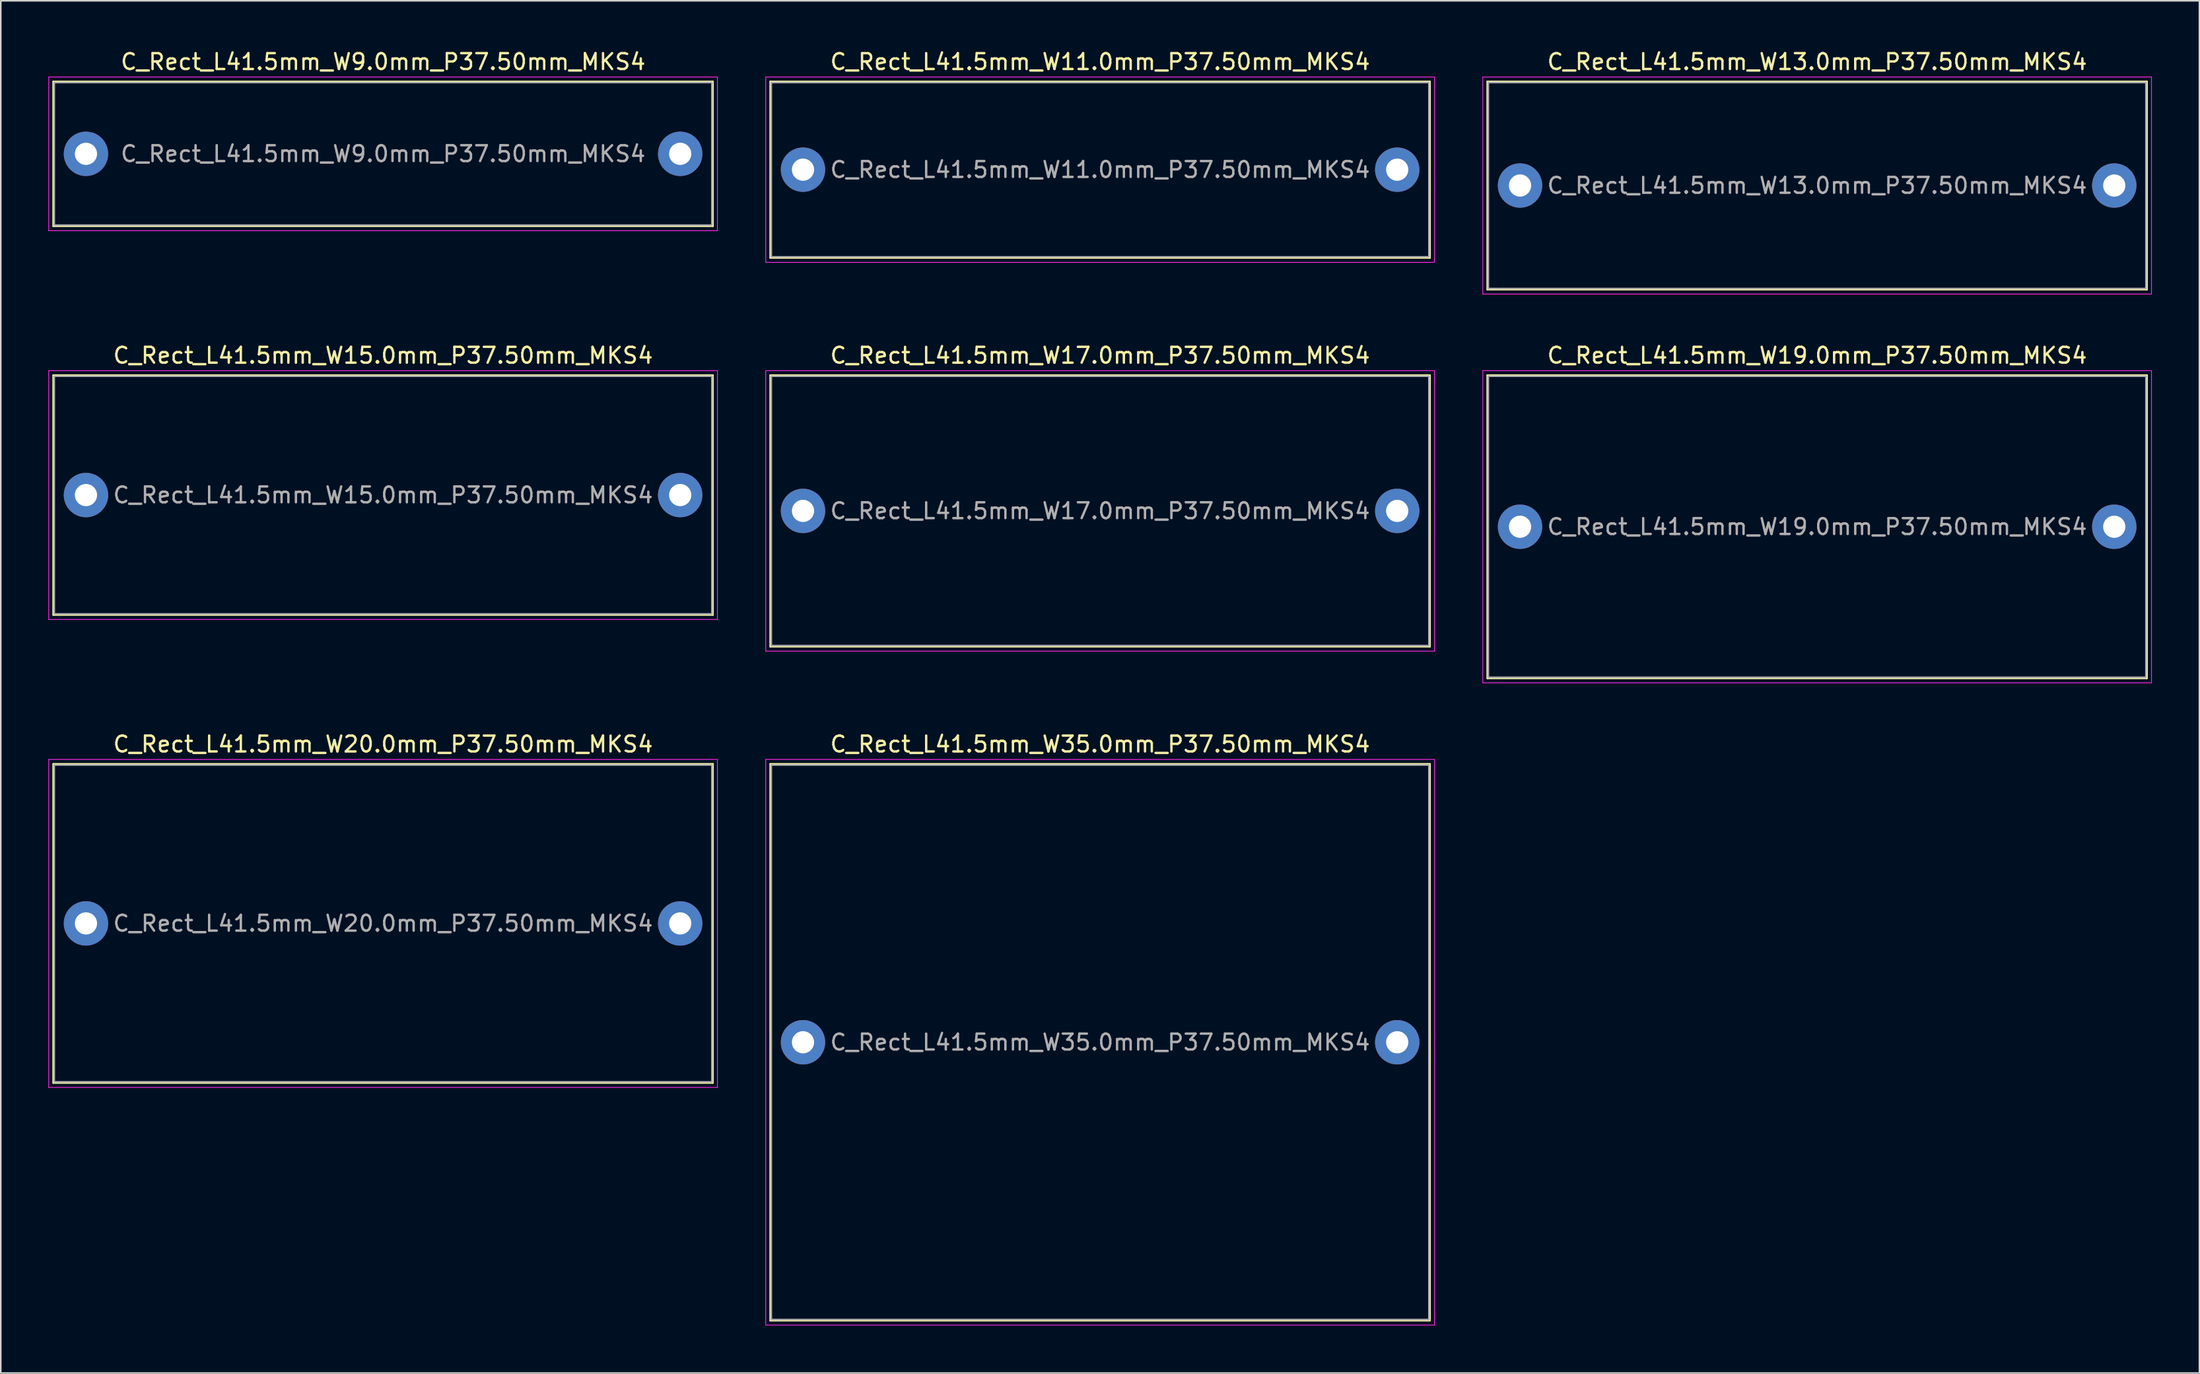
<source format=kicad_pcb>
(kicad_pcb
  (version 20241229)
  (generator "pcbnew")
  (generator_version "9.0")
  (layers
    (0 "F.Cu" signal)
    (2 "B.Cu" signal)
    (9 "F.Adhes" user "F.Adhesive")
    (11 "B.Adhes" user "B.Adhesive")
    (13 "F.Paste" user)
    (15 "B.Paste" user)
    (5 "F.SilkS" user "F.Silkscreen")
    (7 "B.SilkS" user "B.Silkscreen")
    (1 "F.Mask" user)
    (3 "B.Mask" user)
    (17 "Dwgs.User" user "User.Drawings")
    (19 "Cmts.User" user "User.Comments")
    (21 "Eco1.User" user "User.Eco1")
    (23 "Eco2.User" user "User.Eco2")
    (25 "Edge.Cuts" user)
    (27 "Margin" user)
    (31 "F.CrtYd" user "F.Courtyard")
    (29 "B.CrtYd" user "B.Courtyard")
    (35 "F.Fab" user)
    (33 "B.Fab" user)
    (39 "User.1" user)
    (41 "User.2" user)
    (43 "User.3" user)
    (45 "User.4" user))
  (footprint "C_Rect_L41.5mm_W17.0mm_P37.50mm_MKS4"
    (layer "F.Cu")
    (at 47.625 29.192)
    (property "Reference" "C_Rect_L41.5mm_W17.0mm_P37.50mm_MKS4" (at 18.75 -9.81 0) (layer "F.SilkS") (effects (font (size 1 1) (thickness 0.15))))
    (attr through_hole)
    (fp_line (start -2.06 -8.56) (end -2.06 8.56) (stroke (width 0.12) (type solid)) (layer "F.SilkS"))
    (fp_line (start -2.06 -8.56) (end 39.56 -8.56) (stroke (width 0.12) (type solid)) (layer "F.SilkS"))
    (fp_line (start -2.06 8.56) (end 39.56 8.56) (stroke (width 0.12) (type solid)) (layer "F.SilkS"))
    (fp_line (start 39.56 -8.56) (end 39.56 8.56) (stroke (width 0.12) (type solid)) (layer "F.SilkS"))
    (fp_line (start -2.35 -8.85) (end -2.35 8.85) (stroke (width 0.05) (type solid)) (layer "F.CrtYd"))
    (fp_line (start -2.35 8.85) (end 39.85 8.85) (stroke (width 0.05) (type solid)) (layer "F.CrtYd"))
    (fp_line (start 39.85 -8.85) (end -2.35 -8.85) (stroke (width 0.05) (type solid)) (layer "F.CrtYd"))
    (fp_line (start 39.85 8.85) (end 39.85 -8.85) (stroke (width 0.05) (type solid)) (layer "F.CrtYd"))
    (fp_line (start -2 -8.5) (end -2 8.5) (stroke (width 0.1) (type solid)) (layer "F.Fab"))
    (fp_line (start -2 8.5) (end 39.5 8.5) (stroke (width 0.1) (type solid)) (layer "F.Fab"))
    (fp_line (start 39.5 -8.5) (end -2 -8.5) (stroke (width 0.1) (type solid)) (layer "F.Fab"))
    (fp_line (start 39.5 8.5) (end 39.5 -8.5) (stroke (width 0.1) (type solid)) (layer "F.Fab"))
    (fp_text user "${REFERENCE}" (at 18.75 0 0) (layer "F.Fab") (effects (font (size 1 1) (thickness 0.15))))
    (pad "1" thru_hole circle (at 0 0) (size 2.8 2.8) (drill 1.4) (layers "*.Cu" "*.Mask"))
    (pad "2" thru_hole circle (at 37.5 0) (size 2.8 2.8) (drill 1.4) (layers "*.Cu" "*.Mask")))
  (footprint "C_Rect_L41.5mm_W35.0mm_P37.50mm_MKS4"
    (layer "F.Cu")
    (at 47.625 62.725)
    (property "Reference" "C_Rect_L41.5mm_W35.0mm_P37.50mm_MKS4" (at 18.75 -18.81 0) (layer "F.SilkS") (effects (font (size 1 1) (thickness 0.15))))
    (attr through_hole)
    (fp_line (start -2.06 -17.56) (end -2.06 17.56) (stroke (width 0.12) (type solid)) (layer "F.SilkS"))
    (fp_line (start -2.06 -17.56) (end 39.56 -17.56) (stroke (width 0.12) (type solid)) (layer "F.SilkS"))
    (fp_line (start -2.06 17.56) (end 39.56 17.56) (stroke (width 0.12) (type solid)) (layer "F.SilkS"))
    (fp_line (start 39.56 -17.56) (end 39.56 17.56) (stroke (width 0.12) (type solid)) (layer "F.SilkS"))
    (fp_line (start -2.35 -17.85) (end -2.35 17.85) (stroke (width 0.05) (type solid)) (layer "F.CrtYd"))
    (fp_line (start -2.35 17.85) (end 39.85 17.85) (stroke (width 0.05) (type solid)) (layer "F.CrtYd"))
    (fp_line (start 39.85 -17.85) (end -2.35 -17.85) (stroke (width 0.05) (type solid)) (layer "F.CrtYd"))
    (fp_line (start 39.85 17.85) (end 39.85 -17.85) (stroke (width 0.05) (type solid)) (layer "F.CrtYd"))
    (fp_line (start -2 -17.5) (end -2 17.5) (stroke (width 0.1) (type solid)) (layer "F.Fab"))
    (fp_line (start -2 17.5) (end 39.5 17.5) (stroke (width 0.1) (type solid)) (layer "F.Fab"))
    (fp_line (start 39.5 -17.5) (end -2 -17.5) (stroke (width 0.1) (type solid)) (layer "F.Fab"))
    (fp_line (start 39.5 17.5) (end 39.5 -17.5) (stroke (width 0.1) (type solid)) (layer "F.Fab"))
    (fp_text user "${REFERENCE}" (at 18.75 0 0) (layer "F.Fab") (effects (font (size 1 1) (thickness 0.15))))
    (pad "1" thru_hole circle (at 0 0) (size 2.8 2.8) (drill 1.4) (layers "*.Cu" "*.Mask"))
    (pad "2" thru_hole circle (at 37.5 0) (size 2.8 2.8) (drill 1.4) (layers "*.Cu" "*.Mask")))
  (footprint "C_Rect_L41.5mm_W20.0mm_P37.50mm_MKS4"
    (layer "F.Cu")
    (at 2.375 55.225)
    (property "Reference" "C_Rect_L41.5mm_W20.0mm_P37.50mm_MKS4" (at 18.75 -11.31 0) (layer "F.SilkS") (effects (font (size 1 1) (thickness 0.15))))
    (attr through_hole)
    (fp_line (start -2.06 -10.06) (end -2.06 10.06) (stroke (width 0.12) (type solid)) (layer "F.SilkS"))
    (fp_line (start -2.06 -10.06) (end 39.56 -10.06) (stroke (width 0.12) (type solid)) (layer "F.SilkS"))
    (fp_line (start -2.06 10.06) (end 39.56 10.06) (stroke (width 0.12) (type solid)) (layer "F.SilkS"))
    (fp_line (start 39.56 -10.06) (end 39.56 10.06) (stroke (width 0.12) (type solid)) (layer "F.SilkS"))
    (fp_line (start -2.35 -10.35) (end -2.35 10.35) (stroke (width 0.05) (type solid)) (layer "F.CrtYd"))
    (fp_line (start -2.35 10.35) (end 39.85 10.35) (stroke (width 0.05) (type solid)) (layer "F.CrtYd"))
    (fp_line (start 39.85 -10.35) (end -2.35 -10.35) (stroke (width 0.05) (type solid)) (layer "F.CrtYd"))
    (fp_line (start 39.85 10.35) (end 39.85 -10.35) (stroke (width 0.05) (type solid)) (layer "F.CrtYd"))
    (fp_line (start -2 -10) (end -2 10) (stroke (width 0.1) (type solid)) (layer "F.Fab"))
    (fp_line (start -2 10) (end 39.5 10) (stroke (width 0.1) (type solid)) (layer "F.Fab"))
    (fp_line (start 39.5 -10) (end -2 -10) (stroke (width 0.1) (type solid)) (layer "F.Fab"))
    (fp_line (start 39.5 10) (end 39.5 -10) (stroke (width 0.1) (type solid)) (layer "F.Fab"))
    (fp_text user "${REFERENCE}" (at 18.75 0 0) (layer "F.Fab") (effects (font (size 1 1) (thickness 0.15))))
    (pad "1" thru_hole circle (at 0 0) (size 2.8 2.8) (drill 1.4) (layers "*.Cu" "*.Mask"))
    (pad "2" thru_hole circle (at 37.5 0) (size 2.8 2.8) (drill 1.4) (layers "*.Cu" "*.Mask")))
  (footprint "C_Rect_L41.5mm_W13.0mm_P37.50mm_MKS4"
    (layer "F.Cu")
    (at 92.875 8.658)
    (property "Reference" "C_Rect_L41.5mm_W13.0mm_P37.50mm_MKS4" (at 18.75 -7.81 0) (layer "F.SilkS") (effects (font (size 1 1) (thickness 0.15))))
    (attr through_hole)
    (fp_line (start -2.06 -6.56) (end -2.06 6.56) (stroke (width 0.12) (type solid)) (layer "F.SilkS"))
    (fp_line (start -2.06 -6.56) (end 39.56 -6.56) (stroke (width 0.12) (type solid)) (layer "F.SilkS"))
    (fp_line (start -2.06 6.56) (end 39.56 6.56) (stroke (width 0.12) (type solid)) (layer "F.SilkS"))
    (fp_line (start 39.56 -6.56) (end 39.56 6.56) (stroke (width 0.12) (type solid)) (layer "F.SilkS"))
    (fp_line (start -2.35 -6.85) (end -2.35 6.85) (stroke (width 0.05) (type solid)) (layer "F.CrtYd"))
    (fp_line (start -2.35 6.85) (end 39.85 6.85) (stroke (width 0.05) (type solid)) (layer "F.CrtYd"))
    (fp_line (start 39.85 -6.85) (end -2.35 -6.85) (stroke (width 0.05) (type solid)) (layer "F.CrtYd"))
    (fp_line (start 39.85 6.85) (end 39.85 -6.85) (stroke (width 0.05) (type solid)) (layer "F.CrtYd"))
    (fp_line (start -2 -6.5) (end -2 6.5) (stroke (width 0.1) (type solid)) (layer "F.Fab"))
    (fp_line (start -2 6.5) (end 39.5 6.5) (stroke (width 0.1) (type solid)) (layer "F.Fab"))
    (fp_line (start 39.5 -6.5) (end -2 -6.5) (stroke (width 0.1) (type solid)) (layer "F.Fab"))
    (fp_line (start 39.5 6.5) (end 39.5 -6.5) (stroke (width 0.1) (type solid)) (layer "F.Fab"))
    (fp_text user "${REFERENCE}" (at 18.75 0 0) (layer "F.Fab") (effects (font (size 1 1) (thickness 0.15))))
    (pad "1" thru_hole circle (at 0 0) (size 2.8 2.8) (drill 1.4) (layers "*.Cu" "*.Mask"))
    (pad "2" thru_hole circle (at 37.5 0) (size 2.8 2.8) (drill 1.4) (layers "*.Cu" "*.Mask")))
  (footprint "C_Rect_L41.5mm_W15.0mm_P37.50mm_MKS4"
    (layer "F.Cu")
    (at 2.375 28.192)
    (property "Reference" "C_Rect_L41.5mm_W15.0mm_P37.50mm_MKS4" (at 18.75 -8.81 0) (layer "F.SilkS") (effects (font (size 1 1) (thickness 0.15))))
    (attr through_hole)
    (fp_line (start -2.06 -7.56) (end -2.06 7.56) (stroke (width 0.12) (type solid)) (layer "F.SilkS"))
    (fp_line (start -2.06 -7.56) (end 39.56 -7.56) (stroke (width 0.12) (type solid)) (layer "F.SilkS"))
    (fp_line (start -2.06 7.56) (end 39.56 7.56) (stroke (width 0.12) (type solid)) (layer "F.SilkS"))
    (fp_line (start 39.56 -7.56) (end 39.56 7.56) (stroke (width 0.12) (type solid)) (layer "F.SilkS"))
    (fp_line (start -2.35 -7.85) (end -2.35 7.85) (stroke (width 0.05) (type solid)) (layer "F.CrtYd"))
    (fp_line (start -2.35 7.85) (end 39.85 7.85) (stroke (width 0.05) (type solid)) (layer "F.CrtYd"))
    (fp_line (start 39.85 -7.85) (end -2.35 -7.85) (stroke (width 0.05) (type solid)) (layer "F.CrtYd"))
    (fp_line (start 39.85 7.85) (end 39.85 -7.85) (stroke (width 0.05) (type solid)) (layer "F.CrtYd"))
    (fp_line (start -2 -7.5) (end -2 7.5) (stroke (width 0.1) (type solid)) (layer "F.Fab"))
    (fp_line (start -2 7.5) (end 39.5 7.5) (stroke (width 0.1) (type solid)) (layer "F.Fab"))
    (fp_line (start 39.5 -7.5) (end -2 -7.5) (stroke (width 0.1) (type solid)) (layer "F.Fab"))
    (fp_line (start 39.5 7.5) (end 39.5 -7.5) (stroke (width 0.1) (type solid)) (layer "F.Fab"))
    (fp_text user "${REFERENCE}" (at 18.75 0 0) (layer "F.Fab") (effects (font (size 1 1) (thickness 0.15))))
    (pad "1" thru_hole circle (at 0 0) (size 2.8 2.8) (drill 1.4) (layers "*.Cu" "*.Mask"))
    (pad "2" thru_hole circle (at 37.5 0) (size 2.8 2.8) (drill 1.4) (layers "*.Cu" "*.Mask")))
  (footprint "C_Rect_L41.5mm_W19.0mm_P37.50mm_MKS4"
    (layer "F.Cu")
    (at 92.875 30.192)
    (property "Reference" "C_Rect_L41.5mm_W19.0mm_P37.50mm_MKS4" (at 18.75 -10.81 0) (layer "F.SilkS") (effects (font (size 1 1) (thickness 0.15))))
    (attr through_hole)
    (fp_line (start -2.06 -9.56) (end -2.06 9.56) (stroke (width 0.12) (type solid)) (layer "F.SilkS"))
    (fp_line (start -2.06 -9.56) (end 39.56 -9.56) (stroke (width 0.12) (type solid)) (layer "F.SilkS"))
    (fp_line (start -2.06 9.56) (end 39.56 9.56) (stroke (width 0.12) (type solid)) (layer "F.SilkS"))
    (fp_line (start 39.56 -9.56) (end 39.56 9.56) (stroke (width 0.12) (type solid)) (layer "F.SilkS"))
    (fp_line (start -2.35 -9.85) (end -2.35 9.85) (stroke (width 0.05) (type solid)) (layer "F.CrtYd"))
    (fp_line (start -2.35 9.85) (end 39.85 9.85) (stroke (width 0.05) (type solid)) (layer "F.CrtYd"))
    (fp_line (start 39.85 -9.85) (end -2.35 -9.85) (stroke (width 0.05) (type solid)) (layer "F.CrtYd"))
    (fp_line (start 39.85 9.85) (end 39.85 -9.85) (stroke (width 0.05) (type solid)) (layer "F.CrtYd"))
    (fp_line (start -2 -9.5) (end -2 9.5) (stroke (width 0.1) (type solid)) (layer "F.Fab"))
    (fp_line (start -2 9.5) (end 39.5 9.5) (stroke (width 0.1) (type solid)) (layer "F.Fab"))
    (fp_line (start 39.5 -9.5) (end -2 -9.5) (stroke (width 0.1) (type solid)) (layer "F.Fab"))
    (fp_line (start 39.5 9.5) (end 39.5 -9.5) (stroke (width 0.1) (type solid)) (layer "F.Fab"))
    (fp_text user "${REFERENCE}" (at 18.75 0 0) (layer "F.Fab") (effects (font (size 1 1) (thickness 0.15))))
    (pad "1" thru_hole circle (at 0 0) (size 2.8 2.8) (drill 1.4) (layers "*.Cu" "*.Mask"))
    (pad "2" thru_hole circle (at 37.5 0) (size 2.8 2.8) (drill 1.4) (layers "*.Cu" "*.Mask")))
  (footprint "C_Rect_L41.5mm_W11.0mm_P37.50mm_MKS4"
    (layer "F.Cu")
    (at 47.625 7.658)
    (property "Reference" "C_Rect_L41.5mm_W11.0mm_P37.50mm_MKS4" (at 18.75 -6.81 0) (layer "F.SilkS") (effects (font (size 1 1) (thickness 0.15))))
    (attr through_hole)
    (fp_line (start -2.06 -5.56) (end -2.06 5.56) (stroke (width 0.12) (type solid)) (layer "F.SilkS"))
    (fp_line (start -2.06 -5.56) (end 39.56 -5.56) (stroke (width 0.12) (type solid)) (layer "F.SilkS"))
    (fp_line (start -2.06 5.56) (end 39.56 5.56) (stroke (width 0.12) (type solid)) (layer "F.SilkS"))
    (fp_line (start 39.56 -5.56) (end 39.56 5.56) (stroke (width 0.12) (type solid)) (layer "F.SilkS"))
    (fp_line (start -2.35 -5.85) (end -2.35 5.85) (stroke (width 0.05) (type solid)) (layer "F.CrtYd"))
    (fp_line (start -2.35 5.85) (end 39.85 5.85) (stroke (width 0.05) (type solid)) (layer "F.CrtYd"))
    (fp_line (start 39.85 -5.85) (end -2.35 -5.85) (stroke (width 0.05) (type solid)) (layer "F.CrtYd"))
    (fp_line (start 39.85 5.85) (end 39.85 -5.85) (stroke (width 0.05) (type solid)) (layer "F.CrtYd"))
    (fp_line (start -2 -5.5) (end -2 5.5) (stroke (width 0.1) (type solid)) (layer "F.Fab"))
    (fp_line (start -2 5.5) (end 39.5 5.5) (stroke (width 0.1) (type solid)) (layer "F.Fab"))
    (fp_line (start 39.5 -5.5) (end -2 -5.5) (stroke (width 0.1) (type solid)) (layer "F.Fab"))
    (fp_line (start 39.5 5.5) (end 39.5 -5.5) (stroke (width 0.1) (type solid)) (layer "F.Fab"))
    (fp_text user "${REFERENCE}" (at 18.75 0 0) (layer "F.Fab") (effects (font (size 1 1) (thickness 0.15))))
    (pad "1" thru_hole circle (at 0 0) (size 2.8 2.8) (drill 1.4) (layers "*.Cu" "*.Mask"))
    (pad "2" thru_hole circle (at 37.5 0) (size 2.8 2.8) (drill 1.4) (layers "*.Cu" "*.Mask")))
  (footprint "C_Rect_L41.5mm_W9.0mm_P37.50mm_MKS4"
    (layer "F.Cu")
    (at 2.375 6.658)
    (property "Reference" "C_Rect_L41.5mm_W9.0mm_P37.50mm_MKS4" (at 18.75 -5.81 0) (layer "F.SilkS") (effects (font (size 1 1) (thickness 0.15))))
    (attr through_hole)
    (fp_line (start -2.06 -4.56) (end -2.06 4.56) (stroke (width 0.12) (type solid)) (layer "F.SilkS"))
    (fp_line (start -2.06 -4.56) (end 39.56 -4.56) (stroke (width 0.12) (type solid)) (layer "F.SilkS"))
    (fp_line (start -2.06 4.56) (end 39.56 4.56) (stroke (width 0.12) (type solid)) (layer "F.SilkS"))
    (fp_line (start 39.56 -4.56) (end 39.56 4.56) (stroke (width 0.12) (type solid)) (layer "F.SilkS"))
    (fp_line (start -2.35 -4.85) (end -2.35 4.85) (stroke (width 0.05) (type solid)) (layer "F.CrtYd"))
    (fp_line (start -2.35 4.85) (end 39.85 4.85) (stroke (width 0.05) (type solid)) (layer "F.CrtYd"))
    (fp_line (start 39.85 -4.85) (end -2.35 -4.85) (stroke (width 0.05) (type solid)) (layer "F.CrtYd"))
    (fp_line (start 39.85 4.85) (end 39.85 -4.85) (stroke (width 0.05) (type solid)) (layer "F.CrtYd"))
    (fp_line (start -2 -4.5) (end -2 4.5) (stroke (width 0.1) (type solid)) (layer "F.Fab"))
    (fp_line (start -2 4.5) (end 39.5 4.5) (stroke (width 0.1) (type solid)) (layer "F.Fab"))
    (fp_line (start 39.5 -4.5) (end -2 -4.5) (stroke (width 0.1) (type solid)) (layer "F.Fab"))
    (fp_line (start 39.5 4.5) (end 39.5 -4.5) (stroke (width 0.1) (type solid)) (layer "F.Fab"))
    (fp_text user "${REFERENCE}" (at 18.75 0 0) (layer "F.Fab") (effects (font (size 1 1) (thickness 0.15))))
    (pad "1" thru_hole circle (at 0 0) (size 2.8 2.8) (drill 1.4) (layers "*.Cu" "*.Mask"))
    (pad "2" thru_hole circle (at 37.5 0) (size 2.8 2.8) (drill 1.4) (layers "*.Cu" "*.Mask")))
  (gr_rect
    (start -3 -3)
    (end 135.75 83.6)
    (stroke (width 0.1) (type default))
    (fill no)
    (layer "Edge.Cuts")))
</source>
